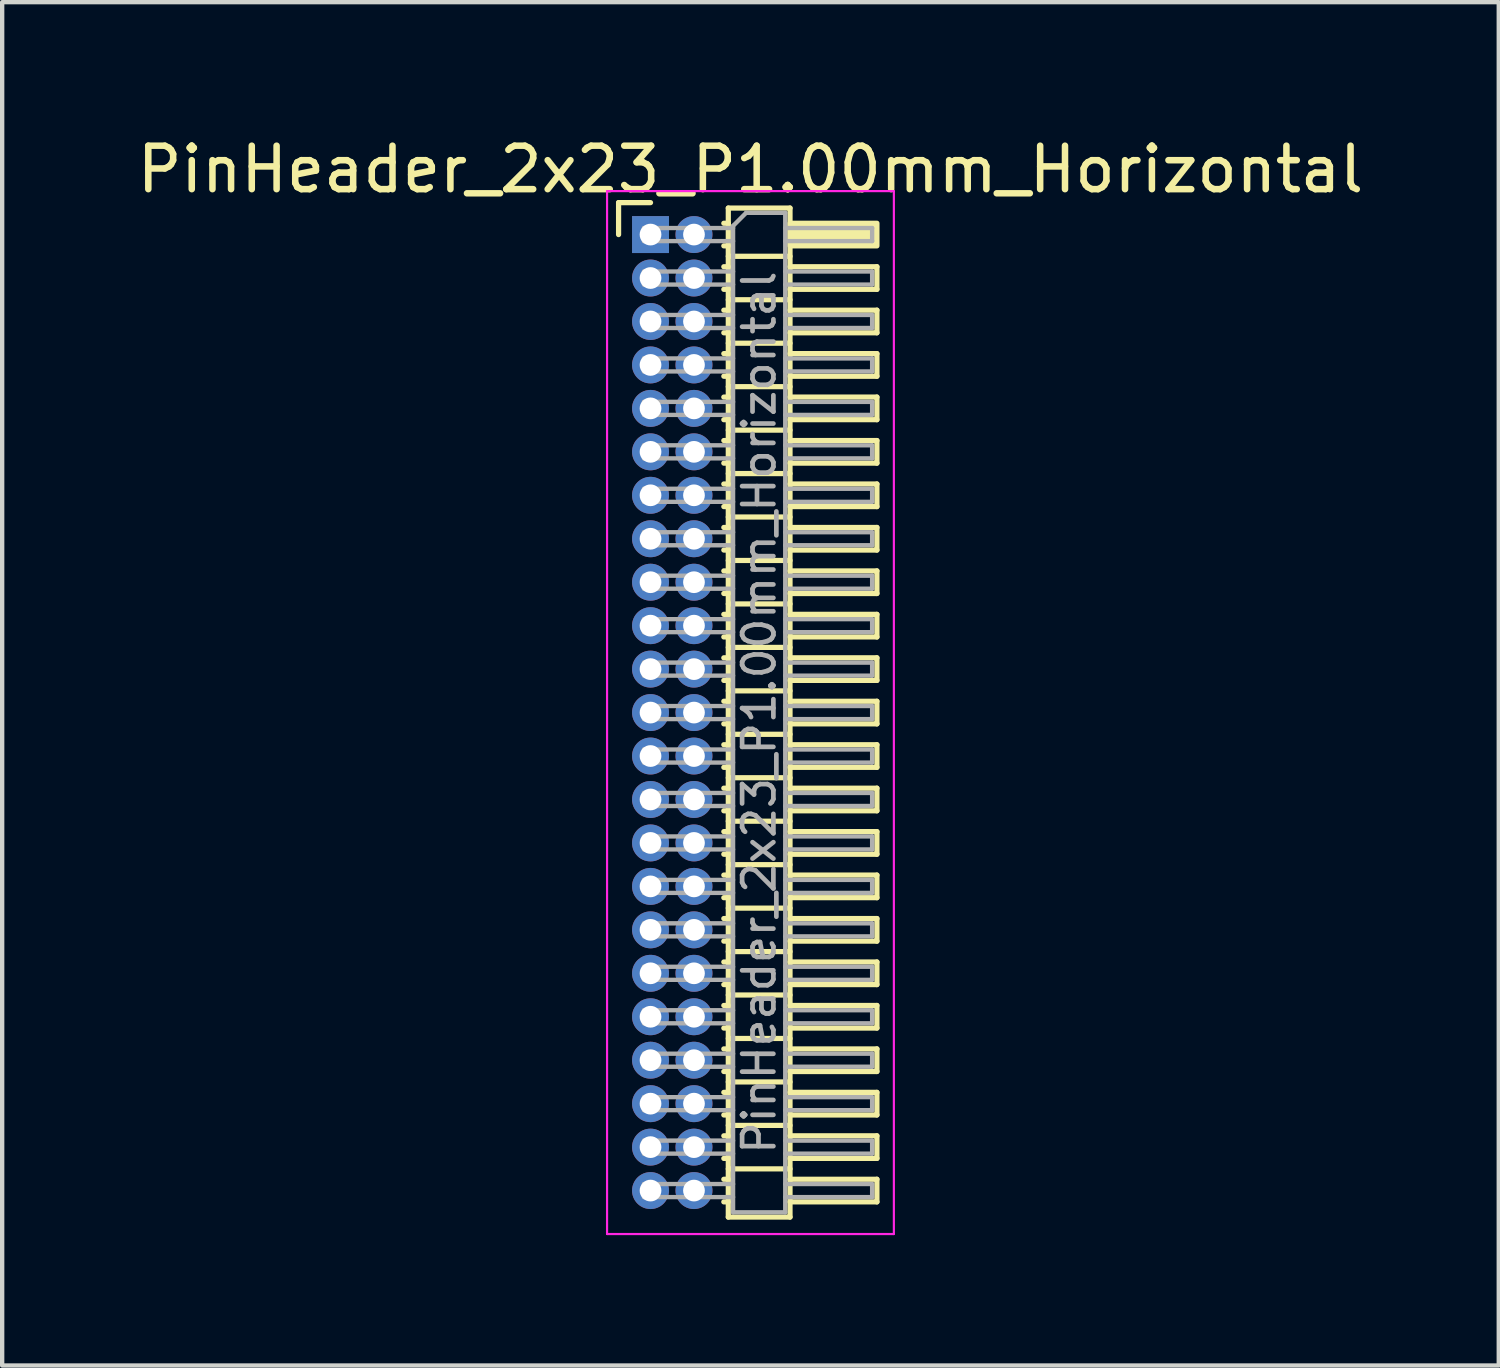
<source format=kicad_pcb>
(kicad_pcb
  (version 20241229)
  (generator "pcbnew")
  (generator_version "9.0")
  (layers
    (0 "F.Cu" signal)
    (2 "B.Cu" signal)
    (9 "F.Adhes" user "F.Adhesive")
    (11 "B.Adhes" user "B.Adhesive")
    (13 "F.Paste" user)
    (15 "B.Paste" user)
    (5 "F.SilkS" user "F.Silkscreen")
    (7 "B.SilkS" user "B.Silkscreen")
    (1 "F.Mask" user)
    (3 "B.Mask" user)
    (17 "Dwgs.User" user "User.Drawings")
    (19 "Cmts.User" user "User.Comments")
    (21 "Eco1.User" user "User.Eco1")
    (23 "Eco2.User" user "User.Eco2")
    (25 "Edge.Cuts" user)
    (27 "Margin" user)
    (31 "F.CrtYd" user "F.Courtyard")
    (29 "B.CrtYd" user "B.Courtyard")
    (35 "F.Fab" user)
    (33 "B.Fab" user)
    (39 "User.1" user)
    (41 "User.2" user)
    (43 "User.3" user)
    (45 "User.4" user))
  (footprint "PinHeader_2x23_P1.00mm_Horizontal"
    (layer "F.Cu")
    (at 11.92 2.348)
    (property "Reference" "PinHeader_2x23_P1.00mm_Horizontal" (at 2.3 -1.5 0) (layer "F.SilkS") (effects (font (size 1 1) (thickness 0.15))))
    (attr through_hole)
    (fp_line (start -0.735 -0.735) (end 0 -0.735) (stroke (width 0.12) (type solid)) (layer "F.SilkS"))
    (fp_line (start -0.735 0) (end -0.735 -0.735) (stroke (width 0.12) (type solid)) (layer "F.SilkS"))
    (fp_line (start 1.687 -0.26) (end 1.79 -0.26) (stroke (width 0.12) (type solid)) (layer "F.SilkS"))
    (fp_line (start 1.687 0.26) (end 1.79 0.26) (stroke (width 0.12) (type solid)) (layer "F.SilkS"))
    (fp_line (start 1.687 0.74) (end 1.79 0.74) (stroke (width 0.12) (type solid)) (layer "F.SilkS"))
    (fp_line (start 1.687 1.26) (end 1.79 1.26) (stroke (width 0.12) (type solid)) (layer "F.SilkS"))
    (fp_line (start 1.687 1.74) (end 1.79 1.74) (stroke (width 0.12) (type solid)) (layer "F.SilkS"))
    (fp_line (start 1.687 2.26) (end 1.79 2.26) (stroke (width 0.12) (type solid)) (layer "F.SilkS"))
    (fp_line (start 1.687 2.74) (end 1.79 2.74) (stroke (width 0.12) (type solid)) (layer "F.SilkS"))
    (fp_line (start 1.687 3.26) (end 1.79 3.26) (stroke (width 0.12) (type solid)) (layer "F.SilkS"))
    (fp_line (start 1.687 3.74) (end 1.79 3.74) (stroke (width 0.12) (type solid)) (layer "F.SilkS"))
    (fp_line (start 1.687 4.26) (end 1.79 4.26) (stroke (width 0.12) (type solid)) (layer "F.SilkS"))
    (fp_line (start 1.687 4.74) (end 1.79 4.74) (stroke (width 0.12) (type solid)) (layer "F.SilkS"))
    (fp_line (start 1.687 5.26) (end 1.79 5.26) (stroke (width 0.12) (type solid)) (layer "F.SilkS"))
    (fp_line (start 1.687 5.74) (end 1.79 5.74) (stroke (width 0.12) (type solid)) (layer "F.SilkS"))
    (fp_line (start 1.687 6.26) (end 1.79 6.26) (stroke (width 0.12) (type solid)) (layer "F.SilkS"))
    (fp_line (start 1.687 6.74) (end 1.79 6.74) (stroke (width 0.12) (type solid)) (layer "F.SilkS"))
    (fp_line (start 1.687 7.26) (end 1.79 7.26) (stroke (width 0.12) (type solid)) (layer "F.SilkS"))
    (fp_line (start 1.687 7.74) (end 1.79 7.74) (stroke (width 0.12) (type solid)) (layer "F.SilkS"))
    (fp_line (start 1.687 8.26) (end 1.79 8.26) (stroke (width 0.12) (type solid)) (layer "F.SilkS"))
    (fp_line (start 1.687 8.74) (end 1.79 8.74) (stroke (width 0.12) (type solid)) (layer "F.SilkS"))
    (fp_line (start 1.687 9.26) (end 1.79 9.26) (stroke (width 0.12) (type solid)) (layer "F.SilkS"))
    (fp_line (start 1.687 9.74) (end 1.79 9.74) (stroke (width 0.12) (type solid)) (layer "F.SilkS"))
    (fp_line (start 1.687 10.26) (end 1.79 10.26) (stroke (width 0.12) (type solid)) (layer "F.SilkS"))
    (fp_line (start 1.687 10.74) (end 1.79 10.74) (stroke (width 0.12) (type solid)) (layer "F.SilkS"))
    (fp_line (start 1.687 11.26) (end 1.79 11.26) (stroke (width 0.12) (type solid)) (layer "F.SilkS"))
    (fp_line (start 1.687 11.74) (end 1.79 11.74) (stroke (width 0.12) (type solid)) (layer "F.SilkS"))
    (fp_line (start 1.687 12.26) (end 1.79 12.26) (stroke (width 0.12) (type solid)) (layer "F.SilkS"))
    (fp_line (start 1.687 12.74) (end 1.79 12.74) (stroke (width 0.12) (type solid)) (layer "F.SilkS"))
    (fp_line (start 1.687 13.26) (end 1.79 13.26) (stroke (width 0.12) (type solid)) (layer "F.SilkS"))
    (fp_line (start 1.687 13.74) (end 1.79 13.74) (stroke (width 0.12) (type solid)) (layer "F.SilkS"))
    (fp_line (start 1.687 14.26) (end 1.79 14.26) (stroke (width 0.12) (type solid)) (layer "F.SilkS"))
    (fp_line (start 1.687 14.74) (end 1.79 14.74) (stroke (width 0.12) (type solid)) (layer "F.SilkS"))
    (fp_line (start 1.687 15.26) (end 1.79 15.26) (stroke (width 0.12) (type solid)) (layer "F.SilkS"))
    (fp_line (start 1.687 15.74) (end 1.79 15.74) (stroke (width 0.12) (type solid)) (layer "F.SilkS"))
    (fp_line (start 1.687 16.26) (end 1.79 16.26) (stroke (width 0.12) (type solid)) (layer "F.SilkS"))
    (fp_line (start 1.687 16.74) (end 1.79 16.74) (stroke (width 0.12) (type solid)) (layer "F.SilkS"))
    (fp_line (start 1.687 17.26) (end 1.79 17.26) (stroke (width 0.12) (type solid)) (layer "F.SilkS"))
    (fp_line (start 1.687 17.74) (end 1.79 17.74) (stroke (width 0.12) (type solid)) (layer "F.SilkS"))
    (fp_line (start 1.687 18.26) (end 1.79 18.26) (stroke (width 0.12) (type solid)) (layer "F.SilkS"))
    (fp_line (start 1.687 18.74) (end 1.79 18.74) (stroke (width 0.12) (type solid)) (layer "F.SilkS"))
    (fp_line (start 1.687 19.26) (end 1.79 19.26) (stroke (width 0.12) (type solid)) (layer "F.SilkS"))
    (fp_line (start 1.687 19.74) (end 1.79 19.74) (stroke (width 0.12) (type solid)) (layer "F.SilkS"))
    (fp_line (start 1.687 20.26) (end 1.79 20.26) (stroke (width 0.12) (type solid)) (layer "F.SilkS"))
    (fp_line (start 1.687 20.74) (end 1.79 20.74) (stroke (width 0.12) (type solid)) (layer "F.SilkS"))
    (fp_line (start 1.687 21.26) (end 1.79 21.26) (stroke (width 0.12) (type solid)) (layer "F.SilkS"))
    (fp_line (start 1.687 21.74) (end 1.79 21.74) (stroke (width 0.12) (type solid)) (layer "F.SilkS"))
    (fp_line (start 1.687 22.26) (end 1.79 22.26) (stroke (width 0.12) (type solid)) (layer "F.SilkS"))
    (fp_line (start 1.79 -0.61) (end 1.79 22.61) (stroke (width 0.12) (type solid)) (layer "F.SilkS"))
    (fp_line (start 1.79 0.5) (end 3.21 0.5) (stroke (width 0.12) (type solid)) (layer "F.SilkS"))
    (fp_line (start 1.79 1.5) (end 3.21 1.5) (stroke (width 0.12) (type solid)) (layer "F.SilkS"))
    (fp_line (start 1.79 2.5) (end 3.21 2.5) (stroke (width 0.12) (type solid)) (layer "F.SilkS"))
    (fp_line (start 1.79 3.5) (end 3.21 3.5) (stroke (width 0.12) (type solid)) (layer "F.SilkS"))
    (fp_line (start 1.79 4.5) (end 3.21 4.5) (stroke (width 0.12) (type solid)) (layer "F.SilkS"))
    (fp_line (start 1.79 5.5) (end 3.21 5.5) (stroke (width 0.12) (type solid)) (layer "F.SilkS"))
    (fp_line (start 1.79 6.5) (end 3.21 6.5) (stroke (width 0.12) (type solid)) (layer "F.SilkS"))
    (fp_line (start 1.79 7.5) (end 3.21 7.5) (stroke (width 0.12) (type solid)) (layer "F.SilkS"))
    (fp_line (start 1.79 8.5) (end 3.21 8.5) (stroke (width 0.12) (type solid)) (layer "F.SilkS"))
    (fp_line (start 1.79 9.5) (end 3.21 9.5) (stroke (width 0.12) (type solid)) (layer "F.SilkS"))
    (fp_line (start 1.79 10.5) (end 3.21 10.5) (stroke (width 0.12) (type solid)) (layer "F.SilkS"))
    (fp_line (start 1.79 11.5) (end 3.21 11.5) (stroke (width 0.12) (type solid)) (layer "F.SilkS"))
    (fp_line (start 1.79 12.5) (end 3.21 12.5) (stroke (width 0.12) (type solid)) (layer "F.SilkS"))
    (fp_line (start 1.79 13.5) (end 3.21 13.5) (stroke (width 0.12) (type solid)) (layer "F.SilkS"))
    (fp_line (start 1.79 14.5) (end 3.21 14.5) (stroke (width 0.12) (type solid)) (layer "F.SilkS"))
    (fp_line (start 1.79 15.5) (end 3.21 15.5) (stroke (width 0.12) (type solid)) (layer "F.SilkS"))
    (fp_line (start 1.79 16.5) (end 3.21 16.5) (stroke (width 0.12) (type solid)) (layer "F.SilkS"))
    (fp_line (start 1.79 17.5) (end 3.21 17.5) (stroke (width 0.12) (type solid)) (layer "F.SilkS"))
    (fp_line (start 1.79 18.5) (end 3.21 18.5) (stroke (width 0.12) (type solid)) (layer "F.SilkS"))
    (fp_line (start 1.79 19.5) (end 3.21 19.5) (stroke (width 0.12) (type solid)) (layer "F.SilkS"))
    (fp_line (start 1.79 20.5) (end 3.21 20.5) (stroke (width 0.12) (type solid)) (layer "F.SilkS"))
    (fp_line (start 1.79 21.5) (end 3.21 21.5) (stroke (width 0.12) (type solid)) (layer "F.SilkS"))
    (fp_line (start 1.79 22.61) (end 3.21 22.61) (stroke (width 0.12) (type solid)) (layer "F.SilkS"))
    (fp_line (start 3.21 -0.61) (end 1.79 -0.61) (stroke (width 0.12) (type solid)) (layer "F.SilkS"))
    (fp_line (start 3.21 0.74) (end 5.21 0.74) (stroke (width 0.12) (type solid)) (layer "F.SilkS"))
    (fp_line (start 3.21 1.74) (end 5.21 1.74) (stroke (width 0.12) (type solid)) (layer "F.SilkS"))
    (fp_line (start 3.21 2.74) (end 5.21 2.74) (stroke (width 0.12) (type solid)) (layer "F.SilkS"))
    (fp_line (start 3.21 3.74) (end 5.21 3.74) (stroke (width 0.12) (type solid)) (layer "F.SilkS"))
    (fp_line (start 3.21 4.74) (end 5.21 4.74) (stroke (width 0.12) (type solid)) (layer "F.SilkS"))
    (fp_line (start 3.21 5.74) (end 5.21 5.74) (stroke (width 0.12) (type solid)) (layer "F.SilkS"))
    (fp_line (start 3.21 6.74) (end 5.21 6.74) (stroke (width 0.12) (type solid)) (layer "F.SilkS"))
    (fp_line (start 3.21 7.74) (end 5.21 7.74) (stroke (width 0.12) (type solid)) (layer "F.SilkS"))
    (fp_line (start 3.21 8.74) (end 5.21 8.74) (stroke (width 0.12) (type solid)) (layer "F.SilkS"))
    (fp_line (start 3.21 9.74) (end 5.21 9.74) (stroke (width 0.12) (type solid)) (layer "F.SilkS"))
    (fp_line (start 3.21 10.74) (end 5.21 10.74) (stroke (width 0.12) (type solid)) (layer "F.SilkS"))
    (fp_line (start 3.21 11.74) (end 5.21 11.74) (stroke (width 0.12) (type solid)) (layer "F.SilkS"))
    (fp_line (start 3.21 12.74) (end 5.21 12.74) (stroke (width 0.12) (type solid)) (layer "F.SilkS"))
    (fp_line (start 3.21 13.74) (end 5.21 13.74) (stroke (width 0.12) (type solid)) (layer "F.SilkS"))
    (fp_line (start 3.21 14.74) (end 5.21 14.74) (stroke (width 0.12) (type solid)) (layer "F.SilkS"))
    (fp_line (start 3.21 15.74) (end 5.21 15.74) (stroke (width 0.12) (type solid)) (layer "F.SilkS"))
    (fp_line (start 3.21 16.74) (end 5.21 16.74) (stroke (width 0.12) (type solid)) (layer "F.SilkS"))
    (fp_line (start 3.21 17.74) (end 5.21 17.74) (stroke (width 0.12) (type solid)) (layer "F.SilkS"))
    (fp_line (start 3.21 18.74) (end 5.21 18.74) (stroke (width 0.12) (type solid)) (layer "F.SilkS"))
    (fp_line (start 3.21 19.74) (end 5.21 19.74) (stroke (width 0.12) (type solid)) (layer "F.SilkS"))
    (fp_line (start 3.21 20.74) (end 5.21 20.74) (stroke (width 0.12) (type solid)) (layer "F.SilkS"))
    (fp_line (start 3.21 21.74) (end 5.21 21.74) (stroke (width 0.12) (type solid)) (layer "F.SilkS"))
    (fp_line (start 3.21 22.61) (end 3.21 -0.61) (stroke (width 0.12) (type solid)) (layer "F.SilkS"))
    (fp_line (start 5.21 0.74) (end 5.21 1.26) (stroke (width 0.12) (type solid)) (layer "F.SilkS"))
    (fp_line (start 5.21 1.26) (end 3.21 1.26) (stroke (width 0.12) (type solid)) (layer "F.SilkS"))
    (fp_line (start 5.21 1.74) (end 5.21 2.26) (stroke (width 0.12) (type solid)) (layer "F.SilkS"))
    (fp_line (start 5.21 2.26) (end 3.21 2.26) (stroke (width 0.12) (type solid)) (layer "F.SilkS"))
    (fp_line (start 5.21 2.74) (end 5.21 3.26) (stroke (width 0.12) (type solid)) (layer "F.SilkS"))
    (fp_line (start 5.21 3.26) (end 3.21 3.26) (stroke (width 0.12) (type solid)) (layer "F.SilkS"))
    (fp_line (start 5.21 3.74) (end 5.21 4.26) (stroke (width 0.12) (type solid)) (layer "F.SilkS"))
    (fp_line (start 5.21 4.26) (end 3.21 4.26) (stroke (width 0.12) (type solid)) (layer "F.SilkS"))
    (fp_line (start 5.21 4.74) (end 5.21 5.26) (stroke (width 0.12) (type solid)) (layer "F.SilkS"))
    (fp_line (start 5.21 5.26) (end 3.21 5.26) (stroke (width 0.12) (type solid)) (layer "F.SilkS"))
    (fp_line (start 5.21 5.74) (end 5.21 6.26) (stroke (width 0.12) (type solid)) (layer "F.SilkS"))
    (fp_line (start 5.21 6.26) (end 3.21 6.26) (stroke (width 0.12) (type solid)) (layer "F.SilkS"))
    (fp_line (start 5.21 6.74) (end 5.21 7.26) (stroke (width 0.12) (type solid)) (layer "F.SilkS"))
    (fp_line (start 5.21 7.26) (end 3.21 7.26) (stroke (width 0.12) (type solid)) (layer "F.SilkS"))
    (fp_line (start 5.21 7.74) (end 5.21 8.26) (stroke (width 0.12) (type solid)) (layer "F.SilkS"))
    (fp_line (start 5.21 8.26) (end 3.21 8.26) (stroke (width 0.12) (type solid)) (layer "F.SilkS"))
    (fp_line (start 5.21 8.74) (end 5.21 9.26) (stroke (width 0.12) (type solid)) (layer "F.SilkS"))
    (fp_line (start 5.21 9.26) (end 3.21 9.26) (stroke (width 0.12) (type solid)) (layer "F.SilkS"))
    (fp_line (start 5.21 9.74) (end 5.21 10.26) (stroke (width 0.12) (type solid)) (layer "F.SilkS"))
    (fp_line (start 5.21 10.26) (end 3.21 10.26) (stroke (width 0.12) (type solid)) (layer "F.SilkS"))
    (fp_line (start 5.21 10.74) (end 5.21 11.26) (stroke (width 0.12) (type solid)) (layer "F.SilkS"))
    (fp_line (start 5.21 11.26) (end 3.21 11.26) (stroke (width 0.12) (type solid)) (layer "F.SilkS"))
    (fp_line (start 5.21 11.74) (end 5.21 12.26) (stroke (width 0.12) (type solid)) (layer "F.SilkS"))
    (fp_line (start 5.21 12.26) (end 3.21 12.26) (stroke (width 0.12) (type solid)) (layer "F.SilkS"))
    (fp_line (start 5.21 12.74) (end 5.21 13.26) (stroke (width 0.12) (type solid)) (layer "F.SilkS"))
    (fp_line (start 5.21 13.26) (end 3.21 13.26) (stroke (width 0.12) (type solid)) (layer "F.SilkS"))
    (fp_line (start 5.21 13.74) (end 5.21 14.26) (stroke (width 0.12) (type solid)) (layer "F.SilkS"))
    (fp_line (start 5.21 14.26) (end 3.21 14.26) (stroke (width 0.12) (type solid)) (layer "F.SilkS"))
    (fp_line (start 5.21 14.74) (end 5.21 15.26) (stroke (width 0.12) (type solid)) (layer "F.SilkS"))
    (fp_line (start 5.21 15.26) (end 3.21 15.26) (stroke (width 0.12) (type solid)) (layer "F.SilkS"))
    (fp_line (start 5.21 15.74) (end 5.21 16.26) (stroke (width 0.12) (type solid)) (layer "F.SilkS"))
    (fp_line (start 5.21 16.26) (end 3.21 16.26) (stroke (width 0.12) (type solid)) (layer "F.SilkS"))
    (fp_line (start 5.21 16.74) (end 5.21 17.26) (stroke (width 0.12) (type solid)) (layer "F.SilkS"))
    (fp_line (start 5.21 17.26) (end 3.21 17.26) (stroke (width 0.12) (type solid)) (layer "F.SilkS"))
    (fp_line (start 5.21 17.74) (end 5.21 18.26) (stroke (width 0.12) (type solid)) (layer "F.SilkS"))
    (fp_line (start 5.21 18.26) (end 3.21 18.26) (stroke (width 0.12) (type solid)) (layer "F.SilkS"))
    (fp_line (start 5.21 18.74) (end 5.21 19.26) (stroke (width 0.12) (type solid)) (layer "F.SilkS"))
    (fp_line (start 5.21 19.26) (end 3.21 19.26) (stroke (width 0.12) (type solid)) (layer "F.SilkS"))
    (fp_line (start 5.21 19.74) (end 5.21 20.26) (stroke (width 0.12) (type solid)) (layer "F.SilkS"))
    (fp_line (start 5.21 20.26) (end 3.21 20.26) (stroke (width 0.12) (type solid)) (layer "F.SilkS"))
    (fp_line (start 5.21 20.74) (end 5.21 21.26) (stroke (width 0.12) (type solid)) (layer "F.SilkS"))
    (fp_line (start 5.21 21.26) (end 3.21 21.26) (stroke (width 0.12) (type solid)) (layer "F.SilkS"))
    (fp_line (start 5.21 21.74) (end 5.21 22.26) (stroke (width 0.12) (type solid)) (layer "F.SilkS"))
    (fp_line (start 5.21 22.26) (end 3.21 22.26) (stroke (width 0.12) (type solid)) (layer "F.SilkS"))
    (fp_rect (start 3.21 -0.26) (end 5.21 0.26) (stroke (width 0.12) (type solid)) (fill yes) (layer "F.SilkS"))
    (fp_line (start -1 -1) (end -1 23) (stroke (width 0.05) (type solid)) (layer "F.CrtYd"))
    (fp_line (start -1 23) (end 5.6 23) (stroke (width 0.05) (type solid)) (layer "F.CrtYd"))
    (fp_line (start 5.6 -1) (end -1 -1) (stroke (width 0.05) (type solid)) (layer "F.CrtYd"))
    (fp_line (start 5.6 23) (end 5.6 -1) (stroke (width 0.05) (type solid)) (layer "F.CrtYd"))
    (fp_line (start -0.15 -0.15) (end -0.15 0.15) (stroke (width 0.1) (type solid)) (layer "F.Fab"))
    (fp_line (start -0.15 -0.15) (end 1.9 -0.15) (stroke (width 0.1) (type solid)) (layer "F.Fab"))
    (fp_line (start -0.15 0.15) (end 1.9 0.15) (stroke (width 0.1) (type solid)) (layer "F.Fab"))
    (fp_line (start -0.15 0.85) (end -0.15 1.15) (stroke (width 0.1) (type solid)) (layer "F.Fab"))
    (fp_line (start -0.15 0.85) (end 1.9 0.85) (stroke (width 0.1) (type solid)) (layer "F.Fab"))
    (fp_line (start -0.15 1.15) (end 1.9 1.15) (stroke (width 0.1) (type solid)) (layer "F.Fab"))
    (fp_line (start -0.15 1.85) (end -0.15 2.15) (stroke (width 0.1) (type solid)) (layer "F.Fab"))
    (fp_line (start -0.15 1.85) (end 1.9 1.85) (stroke (width 0.1) (type solid)) (layer "F.Fab"))
    (fp_line (start -0.15 2.15) (end 1.9 2.15) (stroke (width 0.1) (type solid)) (layer "F.Fab"))
    (fp_line (start -0.15 2.85) (end -0.15 3.15) (stroke (width 0.1) (type solid)) (layer "F.Fab"))
    (fp_line (start -0.15 2.85) (end 1.9 2.85) (stroke (width 0.1) (type solid)) (layer "F.Fab"))
    (fp_line (start -0.15 3.15) (end 1.9 3.15) (stroke (width 0.1) (type solid)) (layer "F.Fab"))
    (fp_line (start -0.15 3.85) (end -0.15 4.15) (stroke (width 0.1) (type solid)) (layer "F.Fab"))
    (fp_line (start -0.15 3.85) (end 1.9 3.85) (stroke (width 0.1) (type solid)) (layer "F.Fab"))
    (fp_line (start -0.15 4.15) (end 1.9 4.15) (stroke (width 0.1) (type solid)) (layer "F.Fab"))
    (fp_line (start -0.15 4.85) (end -0.15 5.15) (stroke (width 0.1) (type solid)) (layer "F.Fab"))
    (fp_line (start -0.15 4.85) (end 1.9 4.85) (stroke (width 0.1) (type solid)) (layer "F.Fab"))
    (fp_line (start -0.15 5.15) (end 1.9 5.15) (stroke (width 0.1) (type solid)) (layer "F.Fab"))
    (fp_line (start -0.15 5.85) (end -0.15 6.15) (stroke (width 0.1) (type solid)) (layer "F.Fab"))
    (fp_line (start -0.15 5.85) (end 1.9 5.85) (stroke (width 0.1) (type solid)) (layer "F.Fab"))
    (fp_line (start -0.15 6.15) (end 1.9 6.15) (stroke (width 0.1) (type solid)) (layer "F.Fab"))
    (fp_line (start -0.15 6.85) (end -0.15 7.15) (stroke (width 0.1) (type solid)) (layer "F.Fab"))
    (fp_line (start -0.15 6.85) (end 1.9 6.85) (stroke (width 0.1) (type solid)) (layer "F.Fab"))
    (fp_line (start -0.15 7.15) (end 1.9 7.15) (stroke (width 0.1) (type solid)) (layer "F.Fab"))
    (fp_line (start -0.15 7.85) (end -0.15 8.15) (stroke (width 0.1) (type solid)) (layer "F.Fab"))
    (fp_line (start -0.15 7.85) (end 1.9 7.85) (stroke (width 0.1) (type solid)) (layer "F.Fab"))
    (fp_line (start -0.15 8.15) (end 1.9 8.15) (stroke (width 0.1) (type solid)) (layer "F.Fab"))
    (fp_line (start -0.15 8.85) (end -0.15 9.15) (stroke (width 0.1) (type solid)) (layer "F.Fab"))
    (fp_line (start -0.15 8.85) (end 1.9 8.85) (stroke (width 0.1) (type solid)) (layer "F.Fab"))
    (fp_line (start -0.15 9.15) (end 1.9 9.15) (stroke (width 0.1) (type solid)) (layer "F.Fab"))
    (fp_line (start -0.15 9.85) (end -0.15 10.15) (stroke (width 0.1) (type solid)) (layer "F.Fab"))
    (fp_line (start -0.15 9.85) (end 1.9 9.85) (stroke (width 0.1) (type solid)) (layer "F.Fab"))
    (fp_line (start -0.15 10.15) (end 1.9 10.15) (stroke (width 0.1) (type solid)) (layer "F.Fab"))
    (fp_line (start -0.15 10.85) (end -0.15 11.15) (stroke (width 0.1) (type solid)) (layer "F.Fab"))
    (fp_line (start -0.15 10.85) (end 1.9 10.85) (stroke (width 0.1) (type solid)) (layer "F.Fab"))
    (fp_line (start -0.15 11.15) (end 1.9 11.15) (stroke (width 0.1) (type solid)) (layer "F.Fab"))
    (fp_line (start -0.15 11.85) (end -0.15 12.15) (stroke (width 0.1) (type solid)) (layer "F.Fab"))
    (fp_line (start -0.15 11.85) (end 1.9 11.85) (stroke (width 0.1) (type solid)) (layer "F.Fab"))
    (fp_line (start -0.15 12.15) (end 1.9 12.15) (stroke (width 0.1) (type solid)) (layer "F.Fab"))
    (fp_line (start -0.15 12.85) (end -0.15 13.15) (stroke (width 0.1) (type solid)) (layer "F.Fab"))
    (fp_line (start -0.15 12.85) (end 1.9 12.85) (stroke (width 0.1) (type solid)) (layer "F.Fab"))
    (fp_line (start -0.15 13.15) (end 1.9 13.15) (stroke (width 0.1) (type solid)) (layer "F.Fab"))
    (fp_line (start -0.15 13.85) (end -0.15 14.15) (stroke (width 0.1) (type solid)) (layer "F.Fab"))
    (fp_line (start -0.15 13.85) (end 1.9 13.85) (stroke (width 0.1) (type solid)) (layer "F.Fab"))
    (fp_line (start -0.15 14.15) (end 1.9 14.15) (stroke (width 0.1) (type solid)) (layer "F.Fab"))
    (fp_line (start -0.15 14.85) (end -0.15 15.15) (stroke (width 0.1) (type solid)) (layer "F.Fab"))
    (fp_line (start -0.15 14.85) (end 1.9 14.85) (stroke (width 0.1) (type solid)) (layer "F.Fab"))
    (fp_line (start -0.15 15.15) (end 1.9 15.15) (stroke (width 0.1) (type solid)) (layer "F.Fab"))
    (fp_line (start -0.15 15.85) (end -0.15 16.15) (stroke (width 0.1) (type solid)) (layer "F.Fab"))
    (fp_line (start -0.15 15.85) (end 1.9 15.85) (stroke (width 0.1) (type solid)) (layer "F.Fab"))
    (fp_line (start -0.15 16.15) (end 1.9 16.15) (stroke (width 0.1) (type solid)) (layer "F.Fab"))
    (fp_line (start -0.15 16.85) (end -0.15 17.15) (stroke (width 0.1) (type solid)) (layer "F.Fab"))
    (fp_line (start -0.15 16.85) (end 1.9 16.85) (stroke (width 0.1) (type solid)) (layer "F.Fab"))
    (fp_line (start -0.15 17.15) (end 1.9 17.15) (stroke (width 0.1) (type solid)) (layer "F.Fab"))
    (fp_line (start -0.15 17.85) (end -0.15 18.15) (stroke (width 0.1) (type solid)) (layer "F.Fab"))
    (fp_line (start -0.15 17.85) (end 1.9 17.85) (stroke (width 0.1) (type solid)) (layer "F.Fab"))
    (fp_line (start -0.15 18.15) (end 1.9 18.15) (stroke (width 0.1) (type solid)) (layer "F.Fab"))
    (fp_line (start -0.15 18.85) (end -0.15 19.15) (stroke (width 0.1) (type solid)) (layer "F.Fab"))
    (fp_line (start -0.15 18.85) (end 1.9 18.85) (stroke (width 0.1) (type solid)) (layer "F.Fab"))
    (fp_line (start -0.15 19.15) (end 1.9 19.15) (stroke (width 0.1) (type solid)) (layer "F.Fab"))
    (fp_line (start -0.15 19.85) (end -0.15 20.15) (stroke (width 0.1) (type solid)) (layer "F.Fab"))
    (fp_line (start -0.15 19.85) (end 1.9 19.85) (stroke (width 0.1) (type solid)) (layer "F.Fab"))
    (fp_line (start -0.15 20.15) (end 1.9 20.15) (stroke (width 0.1) (type solid)) (layer "F.Fab"))
    (fp_line (start -0.15 20.85) (end -0.15 21.15) (stroke (width 0.1) (type solid)) (layer "F.Fab"))
    (fp_line (start -0.15 20.85) (end 1.9 20.85) (stroke (width 0.1) (type solid)) (layer "F.Fab"))
    (fp_line (start -0.15 21.15) (end 1.9 21.15) (stroke (width 0.1) (type solid)) (layer "F.Fab"))
    (fp_line (start -0.15 21.85) (end -0.15 22.15) (stroke (width 0.1) (type solid)) (layer "F.Fab"))
    (fp_line (start -0.15 21.85) (end 1.9 21.85) (stroke (width 0.1) (type solid)) (layer "F.Fab"))
    (fp_line (start -0.15 22.15) (end 1.9 22.15) (stroke (width 0.1) (type solid)) (layer "F.Fab"))
    (fp_line (start 1.9 -0.2) (end 2.2 -0.5) (stroke (width 0.1) (type solid)) (layer "F.Fab"))
    (fp_line (start 1.9 22.5) (end 1.9 -0.2) (stroke (width 0.1) (type solid)) (layer "F.Fab"))
    (fp_line (start 2.2 -0.5) (end 3.1 -0.5) (stroke (width 0.1) (type solid)) (layer "F.Fab"))
    (fp_line (start 3.1 -0.5) (end 3.1 22.5) (stroke (width 0.1) (type solid)) (layer "F.Fab"))
    (fp_line (start 3.1 -0.15) (end 5.1 -0.15) (stroke (width 0.1) (type solid)) (layer "F.Fab"))
    (fp_line (start 3.1 0.15) (end 5.1 0.15) (stroke (width 0.1) (type solid)) (layer "F.Fab"))
    (fp_line (start 3.1 0.85) (end 5.1 0.85) (stroke (width 0.1) (type solid)) (layer "F.Fab"))
    (fp_line (start 3.1 1.15) (end 5.1 1.15) (stroke (width 0.1) (type solid)) (layer "F.Fab"))
    (fp_line (start 3.1 1.85) (end 5.1 1.85) (stroke (width 0.1) (type solid)) (layer "F.Fab"))
    (fp_line (start 3.1 2.15) (end 5.1 2.15) (stroke (width 0.1) (type solid)) (layer "F.Fab"))
    (fp_line (start 3.1 2.85) (end 5.1 2.85) (stroke (width 0.1) (type solid)) (layer "F.Fab"))
    (fp_line (start 3.1 3.15) (end 5.1 3.15) (stroke (width 0.1) (type solid)) (layer "F.Fab"))
    (fp_line (start 3.1 3.85) (end 5.1 3.85) (stroke (width 0.1) (type solid)) (layer "F.Fab"))
    (fp_line (start 3.1 4.15) (end 5.1 4.15) (stroke (width 0.1) (type solid)) (layer "F.Fab"))
    (fp_line (start 3.1 4.85) (end 5.1 4.85) (stroke (width 0.1) (type solid)) (layer "F.Fab"))
    (fp_line (start 3.1 5.15) (end 5.1 5.15) (stroke (width 0.1) (type solid)) (layer "F.Fab"))
    (fp_line (start 3.1 5.85) (end 5.1 5.85) (stroke (width 0.1) (type solid)) (layer "F.Fab"))
    (fp_line (start 3.1 6.15) (end 5.1 6.15) (stroke (width 0.1) (type solid)) (layer "F.Fab"))
    (fp_line (start 3.1 6.85) (end 5.1 6.85) (stroke (width 0.1) (type solid)) (layer "F.Fab"))
    (fp_line (start 3.1 7.15) (end 5.1 7.15) (stroke (width 0.1) (type solid)) (layer "F.Fab"))
    (fp_line (start 3.1 7.85) (end 5.1 7.85) (stroke (width 0.1) (type solid)) (layer "F.Fab"))
    (fp_line (start 3.1 8.15) (end 5.1 8.15) (stroke (width 0.1) (type solid)) (layer "F.Fab"))
    (fp_line (start 3.1 8.85) (end 5.1 8.85) (stroke (width 0.1) (type solid)) (layer "F.Fab"))
    (fp_line (start 3.1 9.15) (end 5.1 9.15) (stroke (width 0.1) (type solid)) (layer "F.Fab"))
    (fp_line (start 3.1 9.85) (end 5.1 9.85) (stroke (width 0.1) (type solid)) (layer "F.Fab"))
    (fp_line (start 3.1 10.15) (end 5.1 10.15) (stroke (width 0.1) (type solid)) (layer "F.Fab"))
    (fp_line (start 3.1 10.85) (end 5.1 10.85) (stroke (width 0.1) (type solid)) (layer "F.Fab"))
    (fp_line (start 3.1 11.15) (end 5.1 11.15) (stroke (width 0.1) (type solid)) (layer "F.Fab"))
    (fp_line (start 3.1 11.85) (end 5.1 11.85) (stroke (width 0.1) (type solid)) (layer "F.Fab"))
    (fp_line (start 3.1 12.15) (end 5.1 12.15) (stroke (width 0.1) (type solid)) (layer "F.Fab"))
    (fp_line (start 3.1 12.85) (end 5.1 12.85) (stroke (width 0.1) (type solid)) (layer "F.Fab"))
    (fp_line (start 3.1 13.15) (end 5.1 13.15) (stroke (width 0.1) (type solid)) (layer "F.Fab"))
    (fp_line (start 3.1 13.85) (end 5.1 13.85) (stroke (width 0.1) (type solid)) (layer "F.Fab"))
    (fp_line (start 3.1 14.15) (end 5.1 14.15) (stroke (width 0.1) (type solid)) (layer "F.Fab"))
    (fp_line (start 3.1 14.85) (end 5.1 14.85) (stroke (width 0.1) (type solid)) (layer "F.Fab"))
    (fp_line (start 3.1 15.15) (end 5.1 15.15) (stroke (width 0.1) (type solid)) (layer "F.Fab"))
    (fp_line (start 3.1 15.85) (end 5.1 15.85) (stroke (width 0.1) (type solid)) (layer "F.Fab"))
    (fp_line (start 3.1 16.15) (end 5.1 16.15) (stroke (width 0.1) (type solid)) (layer "F.Fab"))
    (fp_line (start 3.1 16.85) (end 5.1 16.85) (stroke (width 0.1) (type solid)) (layer "F.Fab"))
    (fp_line (start 3.1 17.15) (end 5.1 17.15) (stroke (width 0.1) (type solid)) (layer "F.Fab"))
    (fp_line (start 3.1 17.85) (end 5.1 17.85) (stroke (width 0.1) (type solid)) (layer "F.Fab"))
    (fp_line (start 3.1 18.15) (end 5.1 18.15) (stroke (width 0.1) (type solid)) (layer "F.Fab"))
    (fp_line (start 3.1 18.85) (end 5.1 18.85) (stroke (width 0.1) (type solid)) (layer "F.Fab"))
    (fp_line (start 3.1 19.15) (end 5.1 19.15) (stroke (width 0.1) (type solid)) (layer "F.Fab"))
    (fp_line (start 3.1 19.85) (end 5.1 19.85) (stroke (width 0.1) (type solid)) (layer "F.Fab"))
    (fp_line (start 3.1 20.15) (end 5.1 20.15) (stroke (width 0.1) (type solid)) (layer "F.Fab"))
    (fp_line (start 3.1 20.85) (end 5.1 20.85) (stroke (width 0.1) (type solid)) (layer "F.Fab"))
    (fp_line (start 3.1 21.15) (end 5.1 21.15) (stroke (width 0.1) (type solid)) (layer "F.Fab"))
    (fp_line (start 3.1 21.85) (end 5.1 21.85) (stroke (width 0.1) (type solid)) (layer "F.Fab"))
    (fp_line (start 3.1 22.15) (end 5.1 22.15) (stroke (width 0.1) (type solid)) (layer "F.Fab"))
    (fp_line (start 3.1 22.5) (end 1.9 22.5) (stroke (width 0.1) (type solid)) (layer "F.Fab"))
    (fp_line (start 5.1 -0.15) (end 5.1 0.15) (stroke (width 0.1) (type solid)) (layer "F.Fab"))
    (fp_line (start 5.1 0.85) (end 5.1 1.15) (stroke (width 0.1) (type solid)) (layer "F.Fab"))
    (fp_line (start 5.1 1.85) (end 5.1 2.15) (stroke (width 0.1) (type solid)) (layer "F.Fab"))
    (fp_line (start 5.1 2.85) (end 5.1 3.15) (stroke (width 0.1) (type solid)) (layer "F.Fab"))
    (fp_line (start 5.1 3.85) (end 5.1 4.15) (stroke (width 0.1) (type solid)) (layer "F.Fab"))
    (fp_line (start 5.1 4.85) (end 5.1 5.15) (stroke (width 0.1) (type solid)) (layer "F.Fab"))
    (fp_line (start 5.1 5.85) (end 5.1 6.15) (stroke (width 0.1) (type solid)) (layer "F.Fab"))
    (fp_line (start 5.1 6.85) (end 5.1 7.15) (stroke (width 0.1) (type solid)) (layer "F.Fab"))
    (fp_line (start 5.1 7.85) (end 5.1 8.15) (stroke (width 0.1) (type solid)) (layer "F.Fab"))
    (fp_line (start 5.1 8.85) (end 5.1 9.15) (stroke (width 0.1) (type solid)) (layer "F.Fab"))
    (fp_line (start 5.1 9.85) (end 5.1 10.15) (stroke (width 0.1) (type solid)) (layer "F.Fab"))
    (fp_line (start 5.1 10.85) (end 5.1 11.15) (stroke (width 0.1) (type solid)) (layer "F.Fab"))
    (fp_line (start 5.1 11.85) (end 5.1 12.15) (stroke (width 0.1) (type solid)) (layer "F.Fab"))
    (fp_line (start 5.1 12.85) (end 5.1 13.15) (stroke (width 0.1) (type solid)) (layer "F.Fab"))
    (fp_line (start 5.1 13.85) (end 5.1 14.15) (stroke (width 0.1) (type solid)) (layer "F.Fab"))
    (fp_line (start 5.1 14.85) (end 5.1 15.15) (stroke (width 0.1) (type solid)) (layer "F.Fab"))
    (fp_line (start 5.1 15.85) (end 5.1 16.15) (stroke (width 0.1) (type solid)) (layer "F.Fab"))
    (fp_line (start 5.1 16.85) (end 5.1 17.15) (stroke (width 0.1) (type solid)) (layer "F.Fab"))
    (fp_line (start 5.1 17.85) (end 5.1 18.15) (stroke (width 0.1) (type solid)) (layer "F.Fab"))
    (fp_line (start 5.1 18.85) (end 5.1 19.15) (stroke (width 0.1) (type solid)) (layer "F.Fab"))
    (fp_line (start 5.1 19.85) (end 5.1 20.15) (stroke (width 0.1) (type solid)) (layer "F.Fab"))
    (fp_line (start 5.1 20.85) (end 5.1 21.15) (stroke (width 0.1) (type solid)) (layer "F.Fab"))
    (fp_line (start 5.1 21.85) (end 5.1 22.15) (stroke (width 0.1) (type solid)) (layer "F.Fab"))
    (fp_text user "${REFERENCE}" (at 2.5 11 90) (layer "F.Fab") (effects (font (size 0.72 0.72) (thickness 0.108))))
    (pad "1" thru_hole rect (at 0 0) (size 0.85 0.85) (drill 0.5) (layers "*.Cu" "*.Mask"))
    (pad "2" thru_hole circle (at 1 0) (size 0.85 0.85) (drill 0.5) (layers "*.Cu" "*.Mask"))
    (pad "3" thru_hole circle (at 0 1) (size 0.85 0.85) (drill 0.5) (layers "*.Cu" "*.Mask"))
    (pad "4" thru_hole circle (at 1 1) (size 0.85 0.85) (drill 0.5) (layers "*.Cu" "*.Mask"))
    (pad "5" thru_hole circle (at 0 2) (size 0.85 0.85) (drill 0.5) (layers "*.Cu" "*.Mask"))
    (pad "6" thru_hole circle (at 1 2) (size 0.85 0.85) (drill 0.5) (layers "*.Cu" "*.Mask"))
    (pad "7" thru_hole circle (at 0 3) (size 0.85 0.85) (drill 0.5) (layers "*.Cu" "*.Mask"))
    (pad "8" thru_hole circle (at 1 3) (size 0.85 0.85) (drill 0.5) (layers "*.Cu" "*.Mask"))
    (pad "9" thru_hole circle (at 0 4) (size 0.85 0.85) (drill 0.5) (layers "*.Cu" "*.Mask"))
    (pad "10" thru_hole circle (at 1 4) (size 0.85 0.85) (drill 0.5) (layers "*.Cu" "*.Mask"))
    (pad "11" thru_hole circle (at 0 5) (size 0.85 0.85) (drill 0.5) (layers "*.Cu" "*.Mask"))
    (pad "12" thru_hole circle (at 1 5) (size 0.85 0.85) (drill 0.5) (layers "*.Cu" "*.Mask"))
    (pad "13" thru_hole circle (at 0 6) (size 0.85 0.85) (drill 0.5) (layers "*.Cu" "*.Mask"))
    (pad "14" thru_hole circle (at 1 6) (size 0.85 0.85) (drill 0.5) (layers "*.Cu" "*.Mask"))
    (pad "15" thru_hole circle (at 0 7) (size 0.85 0.85) (drill 0.5) (layers "*.Cu" "*.Mask"))
    (pad "16" thru_hole circle (at 1 7) (size 0.85 0.85) (drill 0.5) (layers "*.Cu" "*.Mask"))
    (pad "17" thru_hole circle (at 0 8) (size 0.85 0.85) (drill 0.5) (layers "*.Cu" "*.Mask"))
    (pad "18" thru_hole circle (at 1 8) (size 0.85 0.85) (drill 0.5) (layers "*.Cu" "*.Mask"))
    (pad "19" thru_hole circle (at 0 9) (size 0.85 0.85) (drill 0.5) (layers "*.Cu" "*.Mask"))
    (pad "20" thru_hole circle (at 1 9) (size 0.85 0.85) (drill 0.5) (layers "*.Cu" "*.Mask"))
    (pad "21" thru_hole circle (at 0 10) (size 0.85 0.85) (drill 0.5) (layers "*.Cu" "*.Mask"))
    (pad "22" thru_hole circle (at 1 10) (size 0.85 0.85) (drill 0.5) (layers "*.Cu" "*.Mask"))
    (pad "23" thru_hole circle (at 0 11) (size 0.85 0.85) (drill 0.5) (layers "*.Cu" "*.Mask"))
    (pad "24" thru_hole circle (at 1 11) (size 0.85 0.85) (drill 0.5) (layers "*.Cu" "*.Mask"))
    (pad "25" thru_hole circle (at 0 12) (size 0.85 0.85) (drill 0.5) (layers "*.Cu" "*.Mask"))
    (pad "26" thru_hole circle (at 1 12) (size 0.85 0.85) (drill 0.5) (layers "*.Cu" "*.Mask"))
    (pad "27" thru_hole circle (at 0 13) (size 0.85 0.85) (drill 0.5) (layers "*.Cu" "*.Mask"))
    (pad "28" thru_hole circle (at 1 13) (size 0.85 0.85) (drill 0.5) (layers "*.Cu" "*.Mask"))
    (pad "29" thru_hole circle (at 0 14) (size 0.85 0.85) (drill 0.5) (layers "*.Cu" "*.Mask"))
    (pad "30" thru_hole circle (at 1 14) (size 0.85 0.85) (drill 0.5) (layers "*.Cu" "*.Mask"))
    (pad "31" thru_hole circle (at 0 15) (size 0.85 0.85) (drill 0.5) (layers "*.Cu" "*.Mask"))
    (pad "32" thru_hole circle (at 1 15) (size 0.85 0.85) (drill 0.5) (layers "*.Cu" "*.Mask"))
    (pad "33" thru_hole circle (at 0 16) (size 0.85 0.85) (drill 0.5) (layers "*.Cu" "*.Mask"))
    (pad "34" thru_hole circle (at 1 16) (size 0.85 0.85) (drill 0.5) (layers "*.Cu" "*.Mask"))
    (pad "35" thru_hole circle (at 0 17) (size 0.85 0.85) (drill 0.5) (layers "*.Cu" "*.Mask"))
    (pad "36" thru_hole circle (at 1 17) (size 0.85 0.85) (drill 0.5) (layers "*.Cu" "*.Mask"))
    (pad "37" thru_hole circle (at 0 18) (size 0.85 0.85) (drill 0.5) (layers "*.Cu" "*.Mask"))
    (pad "38" thru_hole circle (at 1 18) (size 0.85 0.85) (drill 0.5) (layers "*.Cu" "*.Mask"))
    (pad "39" thru_hole circle (at 0 19) (size 0.85 0.85) (drill 0.5) (layers "*.Cu" "*.Mask"))
    (pad "40" thru_hole circle (at 1 19) (size 0.85 0.85) (drill 0.5) (layers "*.Cu" "*.Mask"))
    (pad "41" thru_hole circle (at 0 20) (size 0.85 0.85) (drill 0.5) (layers "*.Cu" "*.Mask"))
    (pad "42" thru_hole circle (at 1 20) (size 0.85 0.85) (drill 0.5) (layers "*.Cu" "*.Mask"))
    (pad "43" thru_hole circle (at 0 21) (size 0.85 0.85) (drill 0.5) (layers "*.Cu" "*.Mask"))
    (pad "44" thru_hole circle (at 1 21) (size 0.85 0.85) (drill 0.5) (layers "*.Cu" "*.Mask"))
    (pad "45" thru_hole circle (at 0 22) (size 0.85 0.85) (drill 0.5) (layers "*.Cu" "*.Mask"))
    (pad "46" thru_hole circle (at 1 22) (size 0.85 0.85) (drill 0.5) (layers "*.Cu" "*.Mask")))
  (gr_rect
    (start -3 -3)
    (end 31.44 28.373)
    (stroke (width 0.1) (type default))
    (fill no)
    (layer "Edge.Cuts")))
</source>
